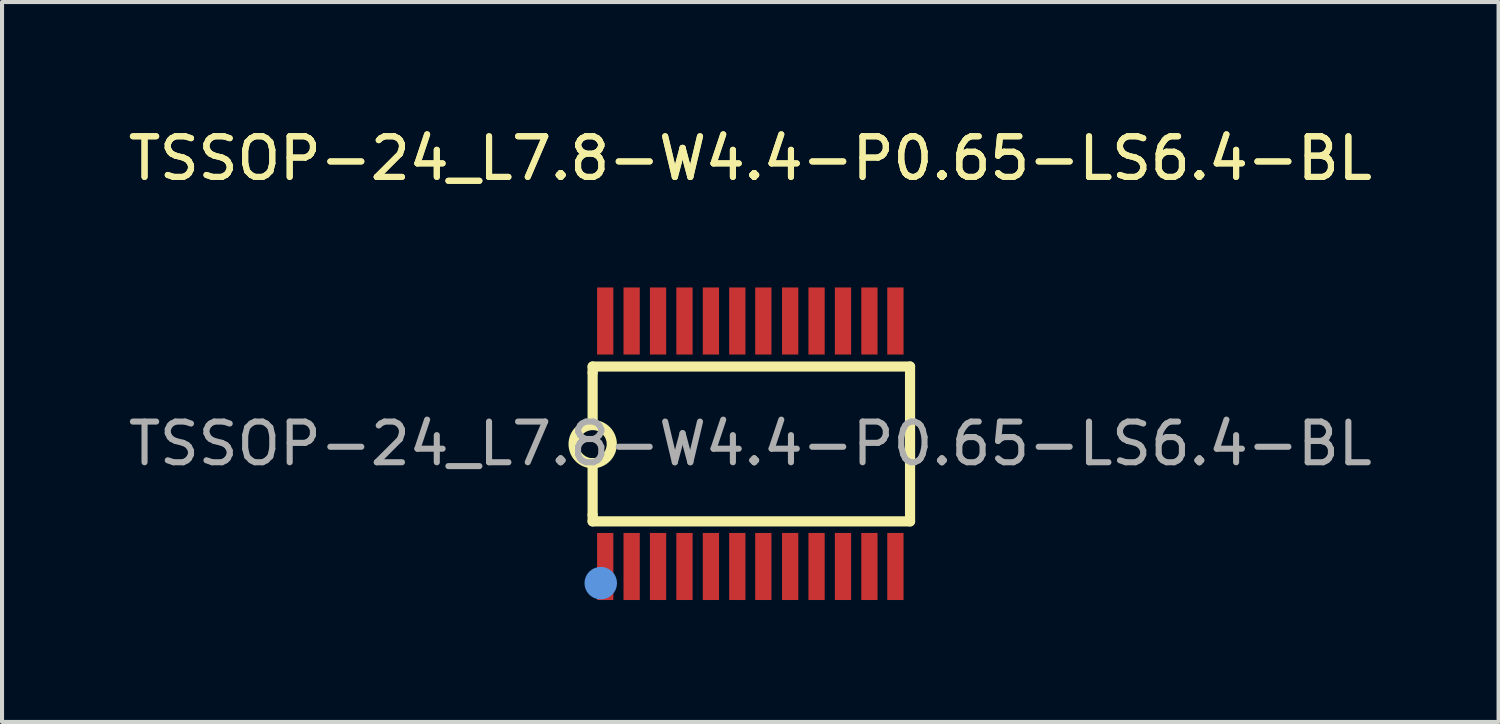
<source format=kicad_pcb>
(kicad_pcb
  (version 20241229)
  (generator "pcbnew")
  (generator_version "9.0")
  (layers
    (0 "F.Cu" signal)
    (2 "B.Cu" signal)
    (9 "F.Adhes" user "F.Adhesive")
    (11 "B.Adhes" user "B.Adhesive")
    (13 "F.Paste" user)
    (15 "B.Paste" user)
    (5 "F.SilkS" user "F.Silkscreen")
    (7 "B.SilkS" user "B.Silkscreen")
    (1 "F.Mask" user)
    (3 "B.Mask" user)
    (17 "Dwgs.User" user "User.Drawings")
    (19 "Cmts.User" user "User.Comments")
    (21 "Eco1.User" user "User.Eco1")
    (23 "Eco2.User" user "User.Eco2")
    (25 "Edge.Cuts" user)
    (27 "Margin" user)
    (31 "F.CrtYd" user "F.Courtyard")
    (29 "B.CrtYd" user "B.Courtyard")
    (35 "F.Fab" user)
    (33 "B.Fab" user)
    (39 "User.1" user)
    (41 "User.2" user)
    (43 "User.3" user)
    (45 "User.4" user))
  (footprint "TSSOP-24_L7.8-W4.4-P0.65-LS6.4-BL"
    (layer "F.Cu")
    (at 15.411 7.868)
    (property "Reference" "TSSOP-24_L7.8-W4.4-P0.65-LS6.4-BL" (at 0 -7.02 0) (layer "F.SilkS") (effects (font (size 1 1) (thickness 0.15))))
    (attr smd)
    (fp_line (start -3.88 -1.9) (end 3.93 -1.9) (stroke (width 0.25) (type solid)) (layer "F.SilkS"))
    (fp_line (start -3.88 -1.75) (end -3.88 -1.9) (stroke (width 0.25) (type solid)) (layer "F.SilkS"))
    (fp_line (start -3.88 -0.48) (end -3.88 -1.75) (stroke (width 0.25) (type solid)) (layer "F.SilkS"))
    (fp_line (start -3.88 1.75) (end -3.88 0.48) (stroke (width 0.25) (type solid)) (layer "F.SilkS"))
    (fp_line (start -3.88 1.75) (end -3.88 1.91) (stroke (width 0.25) (type solid)) (layer "F.SilkS"))
    (fp_line (start -3.88 1.91) (end 3.93 1.91) (stroke (width 0.25) (type solid)) (layer "F.SilkS"))
    (fp_line (start 3.93 -1.9) (end 3.93 1.91) (stroke (width 0.25) (type solid)) (layer "F.SilkS"))
    (fp_arc (start -3.888203 0.479928) (mid -3.87585 -0.459982) (end -3.88 0.48) (stroke (width 0.25) (type solid)) (layer "F.SilkS"))
    (fp_circle (center -3.68 3.43) (end -3.48 3.43) (stroke (width 0.4) (type solid)) (fill no) (layer "Cmts.User"))
    (fp_circle (center -3.9 3.19) (end -3.87 3.19) (stroke (width 0.06) (type solid)) (fill no) (layer "F.Fab"))
    (fp_text user "${REFERENCE}" (at 0 -7.02 0) (layer "F.SilkS") (effects (font (size 1 1) (thickness 0.15))))
    (fp_text user "${REFERENCE}" (at 0 0 0) (layer "F.Fab") (effects (font (size 1 1) (thickness 0.15))))
    (pad "1" smd rect (at -3.57 3.02) (size 0.4 1.65) (layers "F.Cu" "F.Mask" "F.Paste"))
    (pad "2" smd rect (at -2.92 3.02) (size 0.4 1.65) (layers "F.Cu" "F.Mask" "F.Paste"))
    (pad "3" smd rect (at -2.27 3.02) (size 0.4 1.65) (layers "F.Cu" "F.Mask" "F.Paste"))
    (pad "4" smd rect (at -1.62 3.02) (size 0.4 1.65) (layers "F.Cu" "F.Mask" "F.Paste"))
    (pad "5" smd rect (at -0.97 3.02) (size 0.4 1.65) (layers "F.Cu" "F.Mask" "F.Paste"))
    (pad "6" smd rect (at -0.32 3.02) (size 0.4 1.65) (layers "F.Cu" "F.Mask" "F.Paste"))
    (pad "7" smd rect (at 0.32 3.02) (size 0.4 1.65) (layers "F.Cu" "F.Mask" "F.Paste"))
    (pad "8" smd rect (at 0.98 3.02) (size 0.4 1.65) (layers "F.Cu" "F.Mask" "F.Paste"))
    (pad "9" smd rect (at 1.63 3.02) (size 0.4 1.65) (layers "F.Cu" "F.Mask" "F.Paste"))
    (pad "10" smd rect (at 2.28 3.02) (size 0.4 1.65) (layers "F.Cu" "F.Mask" "F.Paste"))
    (pad "11" smd rect (at 2.93 3.02) (size 0.4 1.65) (layers "F.Cu" "F.Mask" "F.Paste"))
    (pad "12" smd rect (at 3.57 3.02) (size 0.4 1.65) (layers "F.Cu" "F.Mask" "F.Paste"))
    (pad "13" smd rect (at 3.57 -3.02) (size 0.4 1.65) (layers "F.Cu" "F.Mask" "F.Paste"))
    (pad "14" smd rect (at 2.93 -3.02) (size 0.4 1.65) (layers "F.Cu" "F.Mask" "F.Paste"))
    (pad "15" smd rect (at 2.28 -3.02) (size 0.4 1.65) (layers "F.Cu" "F.Mask" "F.Paste"))
    (pad "16" smd rect (at 1.63 -3.02) (size 0.4 1.65) (layers "F.Cu" "F.Mask" "F.Paste"))
    (pad "17" smd rect (at 0.98 -3.02) (size 0.4 1.65) (layers "F.Cu" "F.Mask" "F.Paste"))
    (pad "18" smd rect (at 0.32 -3.02) (size 0.4 1.65) (layers "F.Cu" "F.Mask" "F.Paste"))
    (pad "19" smd rect (at -0.32 -3.02) (size 0.4 1.65) (layers "F.Cu" "F.Mask" "F.Paste"))
    (pad "20" smd rect (at -0.97 -3.02) (size 0.4 1.65) (layers "F.Cu" "F.Mask" "F.Paste"))
    (pad "21" smd rect (at -1.62 -3.02) (size 0.4 1.65) (layers "F.Cu" "F.Mask" "F.Paste"))
    (pad "22" smd rect (at -2.27 -3.02) (size 0.4 1.65) (layers "F.Cu" "F.Mask" "F.Paste"))
    (pad "23" smd rect (at -2.92 -3.02) (size 0.4 1.65) (layers "F.Cu" "F.Mask" "F.Paste"))
    (pad "24" smd rect (at -3.57 -3.02) (size 0.4 1.65) (layers "F.Cu" "F.Mask" "F.Paste")))
  (gr_rect
    (start -3 -3)
    (end 33.821 14.713)
    (stroke (width 0.1) (type default))
    (fill no)
    (layer "Edge.Cuts")))
</source>
